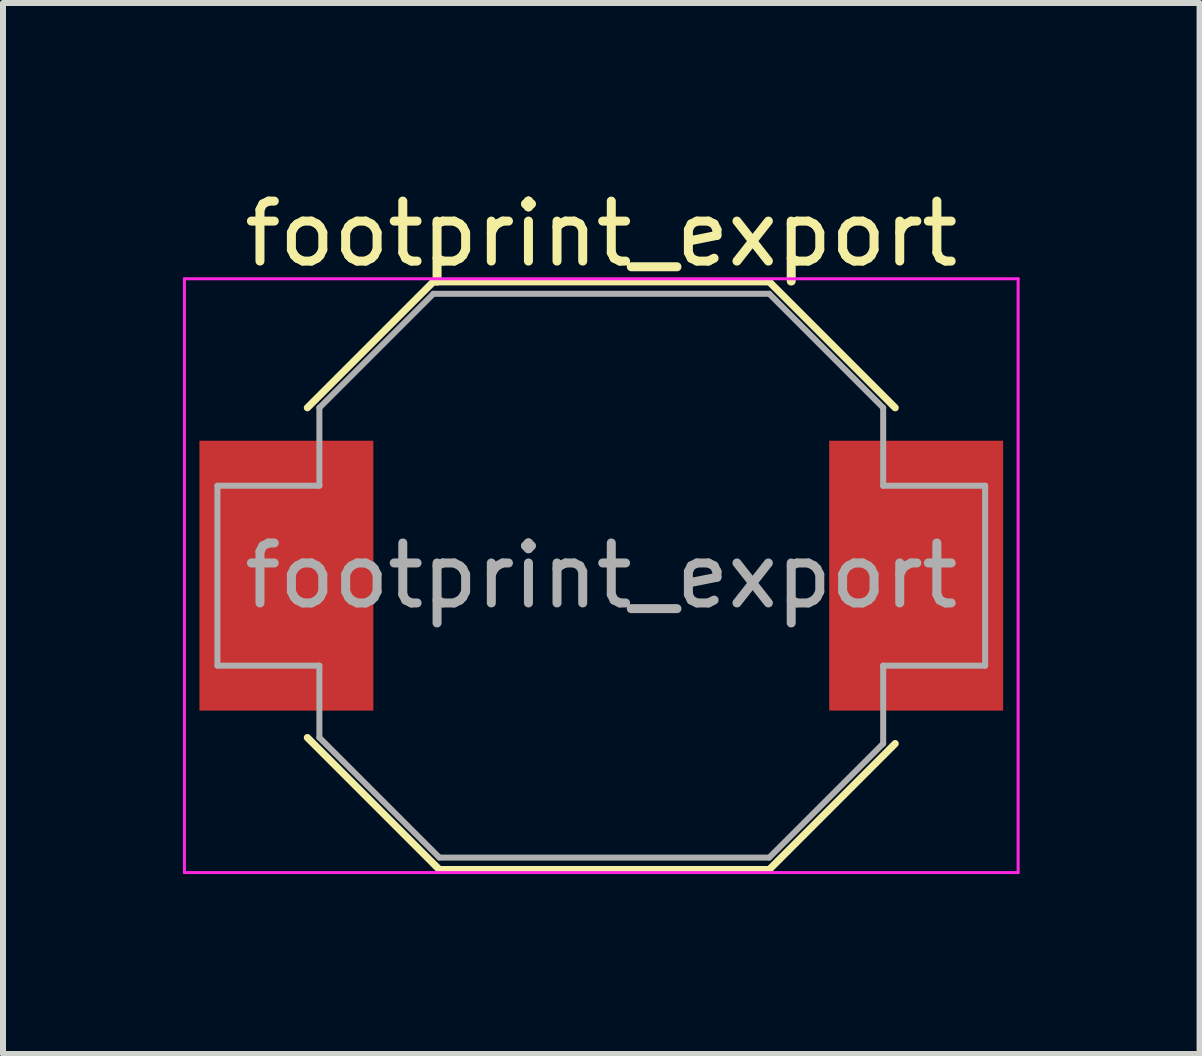
<source format=kicad_pcb>
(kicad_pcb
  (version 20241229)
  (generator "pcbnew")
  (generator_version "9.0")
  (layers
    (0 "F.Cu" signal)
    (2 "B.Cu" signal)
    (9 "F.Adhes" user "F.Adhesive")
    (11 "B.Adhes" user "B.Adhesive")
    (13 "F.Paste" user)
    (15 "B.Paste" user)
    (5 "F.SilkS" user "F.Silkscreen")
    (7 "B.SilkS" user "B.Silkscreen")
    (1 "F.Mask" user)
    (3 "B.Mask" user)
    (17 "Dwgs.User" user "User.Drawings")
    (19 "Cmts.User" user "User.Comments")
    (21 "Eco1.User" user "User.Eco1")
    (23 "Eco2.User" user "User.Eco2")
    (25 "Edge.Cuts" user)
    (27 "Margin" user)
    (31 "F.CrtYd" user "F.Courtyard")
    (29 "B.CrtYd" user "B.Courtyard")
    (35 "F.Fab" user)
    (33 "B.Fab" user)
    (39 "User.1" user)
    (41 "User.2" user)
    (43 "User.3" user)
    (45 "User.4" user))
  (footprint "footprint_export"
    (layer "F.Cu")
    (at 6.975 6.548)
    (property "Reference" "footprint_export" (at 0 -5.7 0) (layer "F.SilkS") (effects (font (size 1 1) (thickness 0.15))))
    (attr smd)
    (fp_line (start -4.9 -2.8) (end -2.8 -4.9) (stroke (width 0.12) (type solid)) (layer "F.SilkS"))
    (fp_line (start -2.8 -4.9) (end 2.8 -4.9) (stroke (width 0.12) (type solid)) (layer "F.SilkS"))
    (fp_line (start -2.7 4.9) (end -4.9 2.7) (stroke (width 0.12) (type solid)) (layer "F.SilkS"))
    (fp_line (start -2.7 4.9) (end 2.8 4.9) (stroke (width 0.12) (type solid)) (layer "F.SilkS"))
    (fp_line (start 2.8 -4.9) (end 4.9 -2.8) (stroke (width 0.12) (type solid)) (layer "F.SilkS"))
    (fp_line (start 2.8 4.9) (end 4.9 2.8) (stroke (width 0.12) (type solid)) (layer "F.SilkS"))
    (fp_line (start -6.95 -4.95) (end -6.95 4.95) (stroke (width 0.05) (type solid)) (layer "F.CrtYd"))
    (fp_line (start -6.95 -4.95) (end 6.95 -4.95) (stroke (width 0.05) (type solid)) (layer "F.CrtYd"))
    (fp_line (start 6.95 4.95) (end -6.95 4.95) (stroke (width 0.05) (type solid)) (layer "F.CrtYd"))
    (fp_line (start 6.95 4.95) (end 6.95 -4.95) (stroke (width 0.05) (type solid)) (layer "F.CrtYd"))
    (fp_line (start -6.4 -1.5) (end -6.4 1.5) (stroke (width 0.1) (type solid)) (layer "F.Fab"))
    (fp_line (start -6.4 -1.5) (end -4.7 -1.5) (stroke (width 0.1) (type solid)) (layer "F.Fab"))
    (fp_line (start -6.4 1.5) (end -4.7 1.5) (stroke (width 0.1) (type solid)) (layer "F.Fab"))
    (fp_line (start -4.7 -1.5) (end -4.7 -2.8) (stroke (width 0.1) (type solid)) (layer "F.Fab"))
    (fp_line (start -4.7 1.5) (end -4.7 2.7) (stroke (width 0.1) (type solid)) (layer "F.Fab"))
    (fp_line (start -4.7 2.7) (end -2.7 4.7) (stroke (width 0.1) (type solid)) (layer "F.Fab"))
    (fp_line (start -2.8 -4.7) (end -4.7 -2.8) (stroke (width 0.1) (type solid)) (layer "F.Fab"))
    (fp_line (start 2.8 -4.7) (end -2.8 -4.7) (stroke (width 0.1) (type solid)) (layer "F.Fab"))
    (fp_line (start 2.8 4.7) (end -2.7 4.7) (stroke (width 0.1) (type solid)) (layer "F.Fab"))
    (fp_line (start 4.7 -2.8) (end 2.8 -4.7) (stroke (width 0.1) (type solid)) (layer "F.Fab"))
    (fp_line (start 4.7 -1.5) (end 4.7 -2.8) (stroke (width 0.1) (type solid)) (layer "F.Fab"))
    (fp_line (start 4.7 1.5) (end 6.4 1.5) (stroke (width 0.1) (type solid)) (layer "F.Fab"))
    (fp_line (start 4.7 2.8) (end 2.8 4.7) (stroke (width 0.1) (type solid)) (layer "F.Fab"))
    (fp_line (start 4.7 2.8) (end 4.7 1.5) (stroke (width 0.1) (type solid)) (layer "F.Fab"))
    (fp_line (start 6.4 -1.5) (end 4.7 -1.5) (stroke (width 0.1) (type solid)) (layer "F.Fab"))
    (fp_line (start 6.4 1.5) (end 6.4 -1.5) (stroke (width 0.1) (type solid)) (layer "F.Fab"))
    (fp_text user "${REFERENCE}" (at 0 0 0) (layer "F.Fab") (effects (font (size 1 1) (thickness 0.15))))
    (pad "1" smd rect (at -5.25 0) (size 2.9 4.5) (layers "F.Cu" "F.Mask" "F.Paste"))
    (pad "2" smd rect (at 5.25 0) (size 2.9 4.5) (layers "F.Cu" "F.Mask" "F.Paste")))
  (gr_rect
    (start -3 -3)
    (end 16.95 14.523)
    (stroke (width 0.1) (type default))
    (fill no)
    (layer "Edge.Cuts")))
</source>
